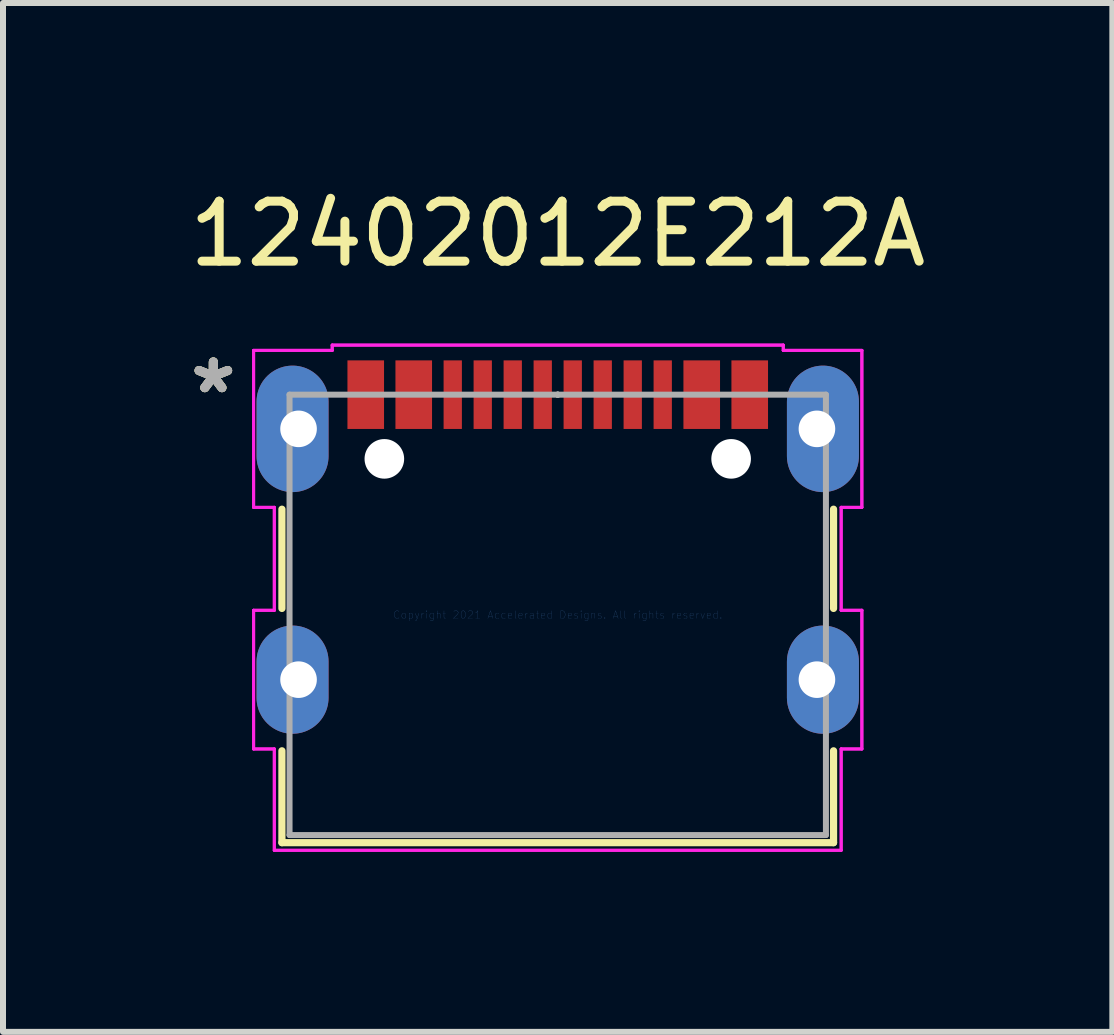
<source format=kicad_pcb>
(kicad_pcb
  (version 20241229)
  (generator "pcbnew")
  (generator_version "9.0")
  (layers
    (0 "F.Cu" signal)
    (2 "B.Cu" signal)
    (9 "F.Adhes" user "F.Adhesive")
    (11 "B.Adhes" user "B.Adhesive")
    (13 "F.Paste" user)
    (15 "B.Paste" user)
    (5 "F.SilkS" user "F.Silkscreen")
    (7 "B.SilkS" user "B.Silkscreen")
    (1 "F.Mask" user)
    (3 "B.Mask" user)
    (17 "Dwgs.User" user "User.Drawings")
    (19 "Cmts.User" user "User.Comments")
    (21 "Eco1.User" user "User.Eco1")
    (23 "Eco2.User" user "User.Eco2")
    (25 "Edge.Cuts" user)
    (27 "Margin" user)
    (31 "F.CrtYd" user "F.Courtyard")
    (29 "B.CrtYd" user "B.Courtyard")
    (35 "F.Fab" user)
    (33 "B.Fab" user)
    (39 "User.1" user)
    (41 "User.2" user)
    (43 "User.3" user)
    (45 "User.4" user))
  (footprint "12402012E212A"
    (layer "F.Cu")
    (at 6.246 7.198)
    (property "Reference" "12402012E212A" (at 0 -6.35 0) (layer "F.SilkS") (effects (font (size 1 1) (thickness 0.15))))
    (attr through_hole)
    (fp_line (start -4.597 -1.761) (end -4.597 -0.107) (stroke (width 0.12) (type solid)) (layer "F.SilkS"))
    (fp_line (start -4.597 2.266) (end -4.597 3.797) (stroke (width 0.12) (type solid)) (layer "F.SilkS"))
    (fp_line (start -4.597 3.797) (end 4.597 3.797) (stroke (width 0.12) (type solid)) (layer "F.SilkS"))
    (fp_line (start 4.597 -0.107) (end 4.597 -1.761) (stroke (width 0.12) (type solid)) (layer "F.SilkS"))
    (fp_line (start 4.597 3.797) (end 4.597 2.266) (stroke (width 0.12) (type solid)) (layer "F.SilkS"))
    (fp_line (start -5.069 -4.408) (end -5.069 -1.792) (stroke (width 0.05) (type solid)) (layer "F.CrtYd"))
    (fp_line (start -5.069 -4.408) (end -5.069 -1.792) (stroke (width 0.05) (type solid)) (layer "F.CrtYd"))
    (fp_line (start -5.069 -1.792) (end -4.724 -1.792) (stroke (width 0.05) (type solid)) (layer "F.CrtYd"))
    (fp_line (start -5.069 -1.792) (end -4.724 -1.792) (stroke (width 0.05) (type solid)) (layer "F.CrtYd"))
    (fp_line (start -5.069 -0.076) (end -5.069 2.235) (stroke (width 0.05) (type solid)) (layer "F.CrtYd"))
    (fp_line (start -5.069 -0.076) (end -5.069 2.235) (stroke (width 0.05) (type solid)) (layer "F.CrtYd"))
    (fp_line (start -5.069 2.235) (end -4.724 2.235) (stroke (width 0.05) (type solid)) (layer "F.CrtYd"))
    (fp_line (start -5.069 2.235) (end -4.724 2.235) (stroke (width 0.05) (type solid)) (layer "F.CrtYd"))
    (fp_line (start -4.724 -1.792) (end -4.724 -0.076) (stroke (width 0.05) (type solid)) (layer "F.CrtYd"))
    (fp_line (start -4.724 -1.792) (end -4.724 -0.076) (stroke (width 0.05) (type solid)) (layer "F.CrtYd"))
    (fp_line (start -4.724 -0.076) (end -5.069 -0.076) (stroke (width 0.05) (type solid)) (layer "F.CrtYd"))
    (fp_line (start -4.724 -0.076) (end -5.069 -0.076) (stroke (width 0.05) (type solid)) (layer "F.CrtYd"))
    (fp_line (start -4.724 2.235) (end -4.724 3.924) (stroke (width 0.05) (type solid)) (layer "F.CrtYd"))
    (fp_line (start -4.724 2.235) (end -4.724 3.924) (stroke (width 0.05) (type solid)) (layer "F.CrtYd"))
    (fp_line (start -4.724 3.924) (end 4.724 3.924) (stroke (width 0.05) (type solid)) (layer "F.CrtYd"))
    (fp_line (start -4.724 3.924) (end 4.724 3.924) (stroke (width 0.05) (type solid)) (layer "F.CrtYd"))
    (fp_line (start -3.759 -4.496) (end -3.759 -4.408) (stroke (width 0.05) (type solid)) (layer "F.CrtYd"))
    (fp_line (start -3.759 -4.496) (end -3.759 -4.408) (stroke (width 0.05) (type solid)) (layer "F.CrtYd"))
    (fp_line (start -3.759 -4.408) (end -5.069 -4.408) (stroke (width 0.05) (type solid)) (layer "F.CrtYd"))
    (fp_line (start -3.759 -4.408) (end -5.069 -4.408) (stroke (width 0.05) (type solid)) (layer "F.CrtYd"))
    (fp_line (start 3.759 -4.496) (end -3.759 -4.496) (stroke (width 0.05) (type solid)) (layer "F.CrtYd"))
    (fp_line (start 3.759 -4.496) (end -3.759 -4.496) (stroke (width 0.05) (type solid)) (layer "F.CrtYd"))
    (fp_line (start 3.759 -4.408) (end 3.759 -4.496) (stroke (width 0.05) (type solid)) (layer "F.CrtYd"))
    (fp_line (start 3.759 -4.408) (end 3.759 -4.496) (stroke (width 0.05) (type solid)) (layer "F.CrtYd"))
    (fp_line (start 4.724 -1.792) (end 5.069 -1.792) (stroke (width 0.05) (type solid)) (layer "F.CrtYd"))
    (fp_line (start 4.724 -1.792) (end 5.069 -1.792) (stroke (width 0.05) (type solid)) (layer "F.CrtYd"))
    (fp_line (start 4.724 -0.076) (end 4.724 -1.792) (stroke (width 0.05) (type solid)) (layer "F.CrtYd"))
    (fp_line (start 4.724 -0.076) (end 4.724 -1.792) (stroke (width 0.05) (type solid)) (layer "F.CrtYd"))
    (fp_line (start 4.724 2.235) (end 5.069 2.235) (stroke (width 0.05) (type solid)) (layer "F.CrtYd"))
    (fp_line (start 4.724 2.235) (end 5.069 2.235) (stroke (width 0.05) (type solid)) (layer "F.CrtYd"))
    (fp_line (start 4.724 3.924) (end 4.724 2.235) (stroke (width 0.05) (type solid)) (layer "F.CrtYd"))
    (fp_line (start 4.724 3.924) (end 4.724 2.235) (stroke (width 0.05) (type solid)) (layer "F.CrtYd"))
    (fp_line (start 5.069 -4.408) (end 3.759 -4.408) (stroke (width 0.05) (type solid)) (layer "F.CrtYd"))
    (fp_line (start 5.069 -4.408) (end 3.759 -4.408) (stroke (width 0.05) (type solid)) (layer "F.CrtYd"))
    (fp_line (start 5.069 -1.792) (end 5.069 -4.408) (stroke (width 0.05) (type solid)) (layer "F.CrtYd"))
    (fp_line (start 5.069 -1.792) (end 5.069 -4.408) (stroke (width 0.05) (type solid)) (layer "F.CrtYd"))
    (fp_line (start 5.069 -0.076) (end 4.724 -0.076) (stroke (width 0.05) (type solid)) (layer "F.CrtYd"))
    (fp_line (start 5.069 -0.076) (end 4.724 -0.076) (stroke (width 0.05) (type solid)) (layer "F.CrtYd"))
    (fp_line (start 5.069 2.235) (end 5.069 -0.076) (stroke (width 0.05) (type solid)) (layer "F.CrtYd"))
    (fp_line (start 5.069 2.235) (end 5.069 -0.076) (stroke (width 0.05) (type solid)) (layer "F.CrtYd"))
    (fp_line (start -4.47 -3.67) (end -4.47 3.67) (stroke (width 0.1) (type solid)) (layer "F.Fab"))
    (fp_line (start -4.47 3.67) (end 4.47 3.67) (stroke (width 0.1) (type solid)) (layer "F.Fab"))
    (fp_line (start 0 -3.67) (end 0 -3.67) (stroke (width 0.1) (type solid)) (layer "F.Fab"))
    (fp_line (start 0 -3.67) (end 0 -3.67) (stroke (width 0.1) (type solid)) (layer "F.Fab"))
    (fp_line (start 0 -3.67) (end 0 -3.67) (stroke (width 0.1) (type solid)) (layer "F.Fab"))
    (fp_line (start 0 -3.67) (end 0 -3.67) (stroke (width 0.1) (type solid)) (layer "F.Fab"))
    (fp_line (start 4.47 -3.67) (end -4.47 -3.67) (stroke (width 0.1) (type solid)) (layer "F.Fab"))
    (fp_line (start 4.47 3.67) (end 4.47 -3.67) (stroke (width 0.1) (type solid)) (layer "F.Fab"))
    (fp_text user "*" (at -5.74 -3.67 0) (layer "F.SilkS") (effects (font (size 1 1) (thickness 0.15))))
    (fp_text user "*" (at -5.74 -3.67 0) (layer "F.SilkS") (effects (font (size 1 1) (thickness 0.15))))
    (fp_text user "Copyright 2021 Accelerated Designs. All rights reserved." (at 0 0 0) (layer "Cmts.User") (effects (font (size 0.127 0.127) (thickness 0.002))))
    (fp_text user "*" (at -5.74 -3.67 0) (layer "F.Fab") (effects (font (size 1 1) (thickness 0.15))))
    (fp_text user "*" (at -5.74 -3.67 0) (layer "F.Fab") (effects (font (size 1 1) (thickness 0.15))))
    (pad "" np_thru_hole oval (at -4.32 -3.1) (size 0.61 1.8) (drill 0.61) (layers "*.Cu" "*.Mask"))
    (pad "" np_thru_hole oval (at -4.32 1.08) (size 0.61 1.5) (drill 0.61) (layers "*.Cu" "*.Mask"))
    (pad "" np_thru_hole circle (at -2.89 -2.6) (size 0.66 0.66) (drill 0.66) (layers "*.Cu" "*.Mask"))
    (pad "" np_thru_hole circle (at 2.89 -2.6) (size 0.66 0.66) (drill 0.66) (layers "*.Cu" "*.Mask"))
    (pad "" np_thru_hole oval (at 4.32 -3.1) (size 0.61 1.8) (drill 0.61) (layers "*.Cu" "*.Mask"))
    (pad "" np_thru_hole oval (at 4.32 1.08) (size 0.61 1.5) (drill 0.61) (layers "*.Cu" "*.Mask"))
    (pad "13" smd oval (at -4.42 -3.1) (size 1.2 2.108) (layers "F.Cu" "F.Mask" "F.Paste"))
    (pad "13" smd oval (at -4.42 -3.1) (size 1.2 2.108) (layers "B.Cu" "B.Mask" "B.Paste"))
    (pad "14" smd oval (at 4.42 -3.1) (size 1.2 2.108) (layers "F.Cu" "F.Mask" "F.Paste"))
    (pad "14" smd oval (at 4.42 -3.1) (size 1.2 2.108) (layers "B.Cu" "B.Mask" "B.Paste"))
    (pad "15" smd oval (at -4.42 1.08) (size 1.2 1.803) (layers "F.Cu" "F.Mask" "F.Paste"))
    (pad "15" smd oval (at -4.42 1.08) (size 1.2 1.803) (layers "B.Cu" "B.Mask" "B.Paste"))
    (pad "16" smd oval (at 4.42 1.08) (size 1.2 1.803) (layers "F.Cu" "F.Mask" "F.Paste"))
    (pad "16" smd oval (at 4.42 1.08) (size 1.2 1.803) (layers "B.Cu" "B.Mask" "B.Adhes"))
    (pad "A1-B12" smd rect (at -3.2 -3.67) (size 0.61 1.143) (layers "F.Cu" "F.Mask" "F.Paste"))
    (pad "A4-B9" smd rect (at -2.4 -3.67) (size 0.61 1.143) (layers "F.Cu" "F.Mask" "F.Paste"))
    (pad "A5" smd rect (at -1.25 -3.67) (size 0.305 1.143) (layers "F.Cu" "F.Mask" "F.Paste"))
    (pad "A6" smd rect (at -0.25 -3.67) (size 0.305 1.143) (layers "F.Cu" "F.Mask" "F.Paste"))
    (pad "A7" smd rect (at 0.25 -3.67) (size 0.305 1.143) (layers "F.Cu" "F.Mask" "F.Paste"))
    (pad "A8" smd rect (at 1.25 -3.67) (size 0.305 1.143) (layers "F.Cu" "F.Mask" "F.Paste"))
    (pad "B1-A12" smd rect (at 3.2 -3.67) (size 0.61 1.143) (layers "F.Cu" "F.Mask" "F.Paste"))
    (pad "B4-A9" smd rect (at 2.4 -3.67) (size 0.61 1.143) (layers "F.Cu" "F.Mask" "F.Paste"))
    (pad "B5" smd rect (at 1.75 -3.67) (size 0.305 1.143) (layers "F.Cu" "F.Mask" "F.Paste"))
    (pad "B6" smd rect (at 0.75 -3.67) (size 0.305 1.143) (layers "F.Cu" "F.Mask" "F.Paste"))
    (pad "B7" smd rect (at -0.75 -3.67) (size 0.305 1.143) (layers "F.Cu" "F.Mask" "F.Paste"))
    (pad "B8" smd rect (at -1.75 -3.67) (size 0.305 1.143) (layers "F.Cu" "F.Mask" "F.Paste")))
  (gr_rect
    (start -3 -3)
    (end 15.49 14.148)
    (stroke (width 0.1) (type default))
    (fill no)
    (layer "Edge.Cuts")))
</source>
